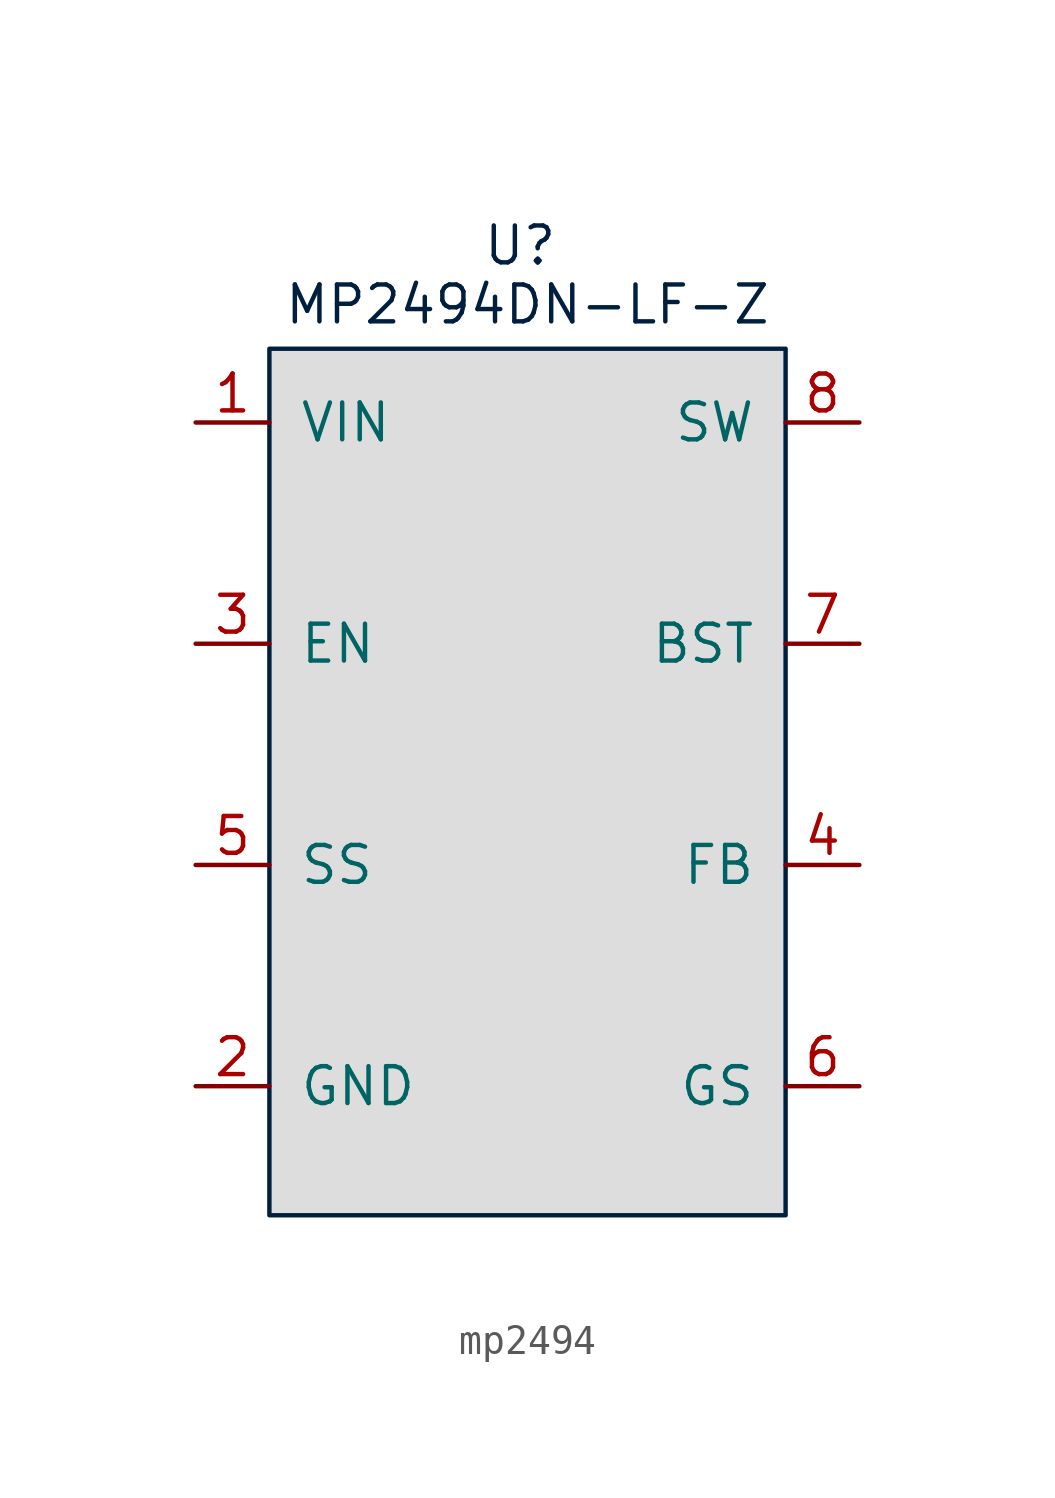
<source format=kicad_sym>
(kicad_symbol_lib
  (version 20241209)
  (generator "kicad_symbol_editor")
  (generator_version "9.0")
  (symbol "mp2494"
    (pin_names
      (offset 1.016))
    (property "Reference" "U"
      (at 8.636 3.556 0)
      (effects (font (size 1.27 1.27) (color 0 31 63 1))))
    (property "Value" "MP2494DN-LF-Z"
      (at 8.89 1.524 0)
      (effects (font (size 1.27 1.27) (color 0 31 63 1))))
    (symbol "mp2494_1_1"
      (rectangle (start 0 0) (end 17.78 -29.845) (stroke (width 0) (type solid) (color 0 31 63 1)) (fill (type color) (color 221 221 221 1)))
      (pin unspecified line (at -2.54 -2.54 0) (length 2.54) (name "VIN" (effects (font (size 1.27 1.27)))) (number "1" (effects (font (size 1.27 1.27)))))
      (pin unspecified line (at -2.54 -10.16 0) (length 2.54) (name "EN" (effects (font (size 1.27 1.27)))) (number "3" (effects (font (size 1.27 1.27)))))
      (pin unspecified line (at -2.54 -17.78 0) (length 2.54) (name "SS" (effects (font (size 1.27 1.27)))) (number "5" (effects (font (size 1.27 1.27)))))
      (pin unspecified line (at -2.54 -25.4 0) (length 2.54) (name "GND" (effects (font (size 1.27 1.27)))) (number "2" (effects (font (size 1.27 1.27)))))
      (pin unspecified line (at 20.32 -2.54 180) (length 2.54) (name "SW" (effects (font (size 1.27 1.27)))) (number "8" (effects (font (size 1.27 1.27)))))
      (pin unspecified line (at 20.32 -10.16 180) (length 2.54) (name "BST" (effects (font (size 1.27 1.27)))) (number "7" (effects (font (size 1.27 1.27)))))
      (pin unspecified line (at 20.32 -17.78 180) (length 2.54) (name "FB" (effects (font (size 1.27 1.27)))) (number "4" (effects (font (size 1.27 1.27)))))
      (pin unspecified line (at 20.32 -25.4 180) (length 2.54) (name "GS" (effects (font (size 1.27 1.27)))) (number "6" (effects (font (size 1.27 1.27))))))))
</source>
